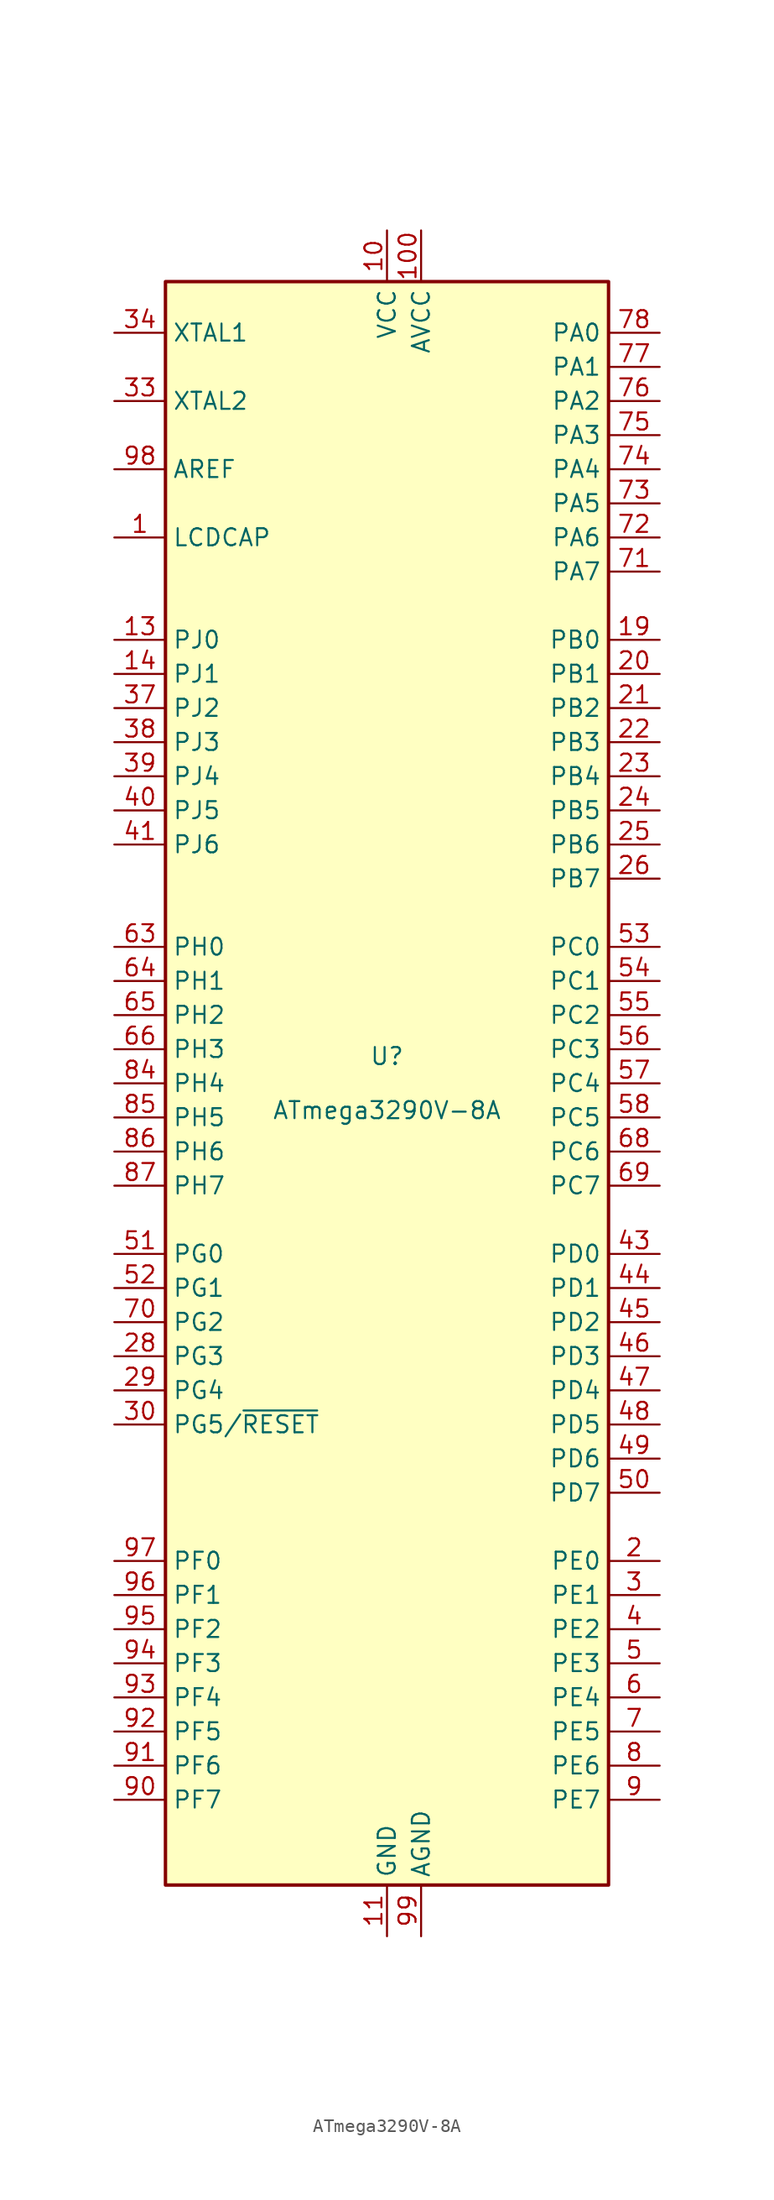
<source format=kicad_sym>
(kicad_symbol_lib
  (version 20241209)
  (generator "kicad_symbol_editor")
  (generator_version "9.0")
  (symbol "ATmega3290V-8A"
    (property "Reference" "U"
      (at 0 1.27 0)
      (effects (font (size 1.27 1.27)) (justify bottom)))
    (property "Value" "ATmega3290V-8A"
      (at 0 -1.27 0)
      (effects (font (size 1.27 1.27)) (justify top)))
    (symbol "ATmega3290V-8A_0_1"
      (rectangle (start -16.51 -59.69) (end 16.51 59.69) (stroke (width 0.254) (type default)) (fill (type background))))
    (symbol "ATmega3290V-8A_1_1"
      (pin input line (at -20.32 55.88 0) (length 3.81) (name "XTAL1" (effects (font (size 1.27 1.27)))) (number "34" (effects (font (size 1.27 1.27)))))
      (pin output line (at -20.32 50.8 0) (length 3.81) (name "XTAL2" (effects (font (size 1.27 1.27)))) (number "33" (effects (font (size 1.27 1.27)))))
      (pin passive line (at -20.32 45.72 0) (length 3.81) (name "AREF" (effects (font (size 1.27 1.27)))) (number "98" (effects (font (size 1.27 1.27)))))
      (pin passive line (at -20.32 40.64 0) (length 3.81) (name "LCDCAP" (effects (font (size 1.27 1.27)))) (number "1" (effects (font (size 1.27 1.27)))))
      (pin bidirectional line (at -20.32 33.02 0) (length 3.81) (name "PJ0" (effects (font (size 1.27 1.27)))) (number "13" (effects (font (size 1.27 1.27)))))
      (pin bidirectional line (at -20.32 30.48 0) (length 3.81) (name "PJ1" (effects (font (size 1.27 1.27)))) (number "14" (effects (font (size 1.27 1.27)))))
      (pin bidirectional line (at -20.32 27.94 0) (length 3.81) (name "PJ2" (effects (font (size 1.27 1.27)))) (number "37" (effects (font (size 1.27 1.27)))))
      (pin bidirectional line (at -20.32 25.4 0) (length 3.81) (name "PJ3" (effects (font (size 1.27 1.27)))) (number "38" (effects (font (size 1.27 1.27)))))
      (pin bidirectional line (at -20.32 22.86 0) (length 3.81) (name "PJ4" (effects (font (size 1.27 1.27)))) (number "39" (effects (font (size 1.27 1.27)))))
      (pin bidirectional line (at -20.32 20.32 0) (length 3.81) (name "PJ5" (effects (font (size 1.27 1.27)))) (number "40" (effects (font (size 1.27 1.27)))))
      (pin bidirectional line (at -20.32 17.78 0) (length 3.81) (name "PJ6" (effects (font (size 1.27 1.27)))) (number "41" (effects (font (size 1.27 1.27)))))
      (pin bidirectional line (at -20.32 10.16 0) (length 3.81) (name "PH0" (effects (font (size 1.27 1.27)))) (number "63" (effects (font (size 1.27 1.27)))))
      (pin bidirectional line (at -20.32 7.62 0) (length 3.81) (name "PH1" (effects (font (size 1.27 1.27)))) (number "64" (effects (font (size 1.27 1.27)))))
      (pin bidirectional line (at -20.32 5.08 0) (length 3.81) (name "PH2" (effects (font (size 1.27 1.27)))) (number "65" (effects (font (size 1.27 1.27)))))
      (pin bidirectional line (at -20.32 2.54 0) (length 3.81) (name "PH3" (effects (font (size 1.27 1.27)))) (number "66" (effects (font (size 1.27 1.27)))))
      (pin bidirectional line (at -20.32 0 0) (length 3.81) (name "PH4" (effects (font (size 1.27 1.27)))) (number "84" (effects (font (size 1.27 1.27)))))
      (pin bidirectional line (at -20.32 -2.54 0) (length 3.81) (name "PH5" (effects (font (size 1.27 1.27)))) (number "85" (effects (font (size 1.27 1.27)))))
      (pin bidirectional line (at -20.32 -5.08 0) (length 3.81) (name "PH6" (effects (font (size 1.27 1.27)))) (number "86" (effects (font (size 1.27 1.27)))))
      (pin bidirectional line (at -20.32 -7.62 0) (length 3.81) (name "PH7" (effects (font (size 1.27 1.27)))) (number "87" (effects (font (size 1.27 1.27)))))
      (pin bidirectional line (at -20.32 -12.7 0) (length 3.81) (name "PG0" (effects (font (size 1.27 1.27)))) (number "51" (effects (font (size 1.27 1.27)))))
      (pin bidirectional line (at -20.32 -15.24 0) (length 3.81) (name "PG1" (effects (font (size 1.27 1.27)))) (number "52" (effects (font (size 1.27 1.27)))))
      (pin bidirectional line (at -20.32 -17.78 0) (length 3.81) (name "PG2" (effects (font (size 1.27 1.27)))) (number "70" (effects (font (size 1.27 1.27)))))
      (pin bidirectional line (at -20.32 -20.32 0) (length 3.81) (name "PG3" (effects (font (size 1.27 1.27)))) (number "28" (effects (font (size 1.27 1.27)))))
      (pin bidirectional line (at -20.32 -22.86 0) (length 3.81) (name "PG4" (effects (font (size 1.27 1.27)))) (number "29" (effects (font (size 1.27 1.27)))))
      (pin bidirectional line (at -20.32 -25.4 0) (length 3.81) (name "PG5/~{RESET}" (effects (font (size 1.27 1.27)))) (number "30" (effects (font (size 1.27 1.27)))))
      (pin bidirectional line (at -20.32 -35.56 0) (length 3.81) (name "PF0" (effects (font (size 1.27 1.27)))) (number "97" (effects (font (size 1.27 1.27)))))
      (pin bidirectional line (at -20.32 -38.1 0) (length 3.81) (name "PF1" (effects (font (size 1.27 1.27)))) (number "96" (effects (font (size 1.27 1.27)))))
      (pin bidirectional line (at -20.32 -40.64 0) (length 3.81) (name "PF2" (effects (font (size 1.27 1.27)))) (number "95" (effects (font (size 1.27 1.27)))))
      (pin bidirectional line (at -20.32 -43.18 0) (length 3.81) (name "PF3" (effects (font (size 1.27 1.27)))) (number "94" (effects (font (size 1.27 1.27)))))
      (pin bidirectional line (at -20.32 -45.72 0) (length 3.81) (name "PF4" (effects (font (size 1.27 1.27)))) (number "93" (effects (font (size 1.27 1.27)))))
      (pin bidirectional line (at -20.32 -48.26 0) (length 3.81) (name "PF5" (effects (font (size 1.27 1.27)))) (number "92" (effects (font (size 1.27 1.27)))))
      (pin bidirectional line (at -20.32 -50.8 0) (length 3.81) (name "PF6" (effects (font (size 1.27 1.27)))) (number "91" (effects (font (size 1.27 1.27)))))
      (pin bidirectional line (at -20.32 -53.34 0) (length 3.81) (name "PF7" (effects (font (size 1.27 1.27)))) (number "90" (effects (font (size 1.27 1.27)))))
      (pin no_connect line (at -15.24 38.1 0) (length 2.54) (hide yes) (name "NC" (effects (font (size 1.27 1.27)))) (number "12" (effects (font (size 1.27 1.27)))))
      (pin no_connect line (at -15.24 35.56 0) (length 2.54) (hide yes) (name "NC" (effects (font (size 1.27 1.27)))) (number "15" (effects (font (size 1.27 1.27)))))
      (pin no_connect line (at -15.24 15.24 0) (length 2.54) (hide yes) (name "NC" (effects (font (size 1.27 1.27)))) (number "16" (effects (font (size 1.27 1.27)))))
      (pin no_connect line (at -15.24 12.7 0) (length 2.54) (hide yes) (name "NC" (effects (font (size 1.27 1.27)))) (number "17" (effects (font (size 1.27 1.27)))))
      (pin no_connect line (at -15.24 -10.16 0) (length 2.54) (hide yes) (name "NC" (effects (font (size 1.27 1.27)))) (number "18" (effects (font (size 1.27 1.27)))))
      (pin no_connect line (at -15.24 -27.94 0) (length 2.54) (hide yes) (name "NC" (effects (font (size 1.27 1.27)))) (number "27" (effects (font (size 1.27 1.27)))))
      (pin no_connect line (at -15.24 -30.48 0) (length 2.54) (hide yes) (name "NC" (effects (font (size 1.27 1.27)))) (number "35" (effects (font (size 1.27 1.27)))))
      (pin no_connect line (at -15.24 -33.02 0) (length 2.54) (hide yes) (name "NC" (effects (font (size 1.27 1.27)))) (number "36" (effects (font (size 1.27 1.27)))))
      (pin no_connect line (at -15.24 -58.42 90) (length 2.54) (hide yes) (name "NC" (effects (font (size 1.27 1.27)))) (number "42" (effects (font (size 1.27 1.27)))))
      (pin no_connect line (at -12.7 -58.42 90) (length 2.54) (hide yes) (name "NC" (effects (font (size 1.27 1.27)))) (number "59" (effects (font (size 1.27 1.27)))))
      (pin no_connect line (at -10.16 -58.42 90) (length 2.54) (hide yes) (name "NC" (effects (font (size 1.27 1.27)))) (number "60" (effects (font (size 1.27 1.27)))))
      (pin no_connect line (at -7.62 -58.42 90) (length 2.54) (hide yes) (name "NC" (effects (font (size 1.27 1.27)))) (number "61" (effects (font (size 1.27 1.27)))))
      (pin no_connect line (at -5.08 -58.42 90) (length 2.54) (hide yes) (name "NC" (effects (font (size 1.27 1.27)))) (number "62" (effects (font (size 1.27 1.27)))))
      (pin no_connect line (at -2.54 -58.42 90) (length 2.54) (hide yes) (name "NC" (effects (font (size 1.27 1.27)))) (number "67" (effects (font (size 1.27 1.27)))))
      (pin power_in line (at 0 63.5 270) (length 3.81) (name "VCC" (effects (font (size 1.27 1.27)))) (number "10" (effects (font (size 1.27 1.27)))))
      (pin passive line (at 0 63.5 270) (length 3.81) (hide yes) (name "VCC" (effects (font (size 1.27 1.27)))) (number "31" (effects (font (size 1.27 1.27)))))
      (pin passive line (at 0 63.5 270) (length 3.81) (hide yes) (name "VCC" (effects (font (size 1.27 1.27)))) (number "80" (effects (font (size 1.27 1.27)))))
      (pin power_in line (at 0 -63.5 90) (length 3.81) (name "GND" (effects (font (size 1.27 1.27)))) (number "11" (effects (font (size 1.27 1.27)))))
      (pin passive line (at 0 -63.5 90) (length 3.81) (hide yes) (name "GND" (effects (font (size 1.27 1.27)))) (number "32" (effects (font (size 1.27 1.27)))))
      (pin passive line (at 0 -63.5 90) (length 3.81) (hide yes) (name "GND" (effects (font (size 1.27 1.27)))) (number "81" (effects (font (size 1.27 1.27)))))
      (pin power_in line (at 2.54 63.5 270) (length 3.81) (name "AVCC" (effects (font (size 1.27 1.27)))) (number "100" (effects (font (size 1.27 1.27)))))
      (pin power_in line (at 2.54 -63.5 90) (length 3.81) (name "AGND" (effects (font (size 1.27 1.27)))) (number "99" (effects (font (size 1.27 1.27)))))
      (pin no_connect line (at 5.08 -58.42 90) (length 2.54) (hide yes) (name "NC" (effects (font (size 1.27 1.27)))) (number "79" (effects (font (size 1.27 1.27)))))
      (pin no_connect line (at 7.62 -58.42 90) (length 2.54) (hide yes) (name "NC" (effects (font (size 1.27 1.27)))) (number "82" (effects (font (size 1.27 1.27)))))
      (pin no_connect line (at 10.16 -58.42 90) (length 2.54) (hide yes) (name "NC" (effects (font (size 1.27 1.27)))) (number "83" (effects (font (size 1.27 1.27)))))
      (pin no_connect line (at 12.7 -58.42 90) (length 2.54) (hide yes) (name "NC" (effects (font (size 1.27 1.27)))) (number "88" (effects (font (size 1.27 1.27)))))
      (pin no_connect line (at 15.24 -58.42 90) (length 2.54) (hide yes) (name "NC" (effects (font (size 1.27 1.27)))) (number "89" (effects (font (size 1.27 1.27)))))
      (pin bidirectional line (at 20.32 55.88 180) (length 3.81) (name "PA0" (effects (font (size 1.27 1.27)))) (number "78" (effects (font (size 1.27 1.27)))))
      (pin bidirectional line (at 20.32 53.34 180) (length 3.81) (name "PA1" (effects (font (size 1.27 1.27)))) (number "77" (effects (font (size 1.27 1.27)))))
      (pin bidirectional line (at 20.32 50.8 180) (length 3.81) (name "PA2" (effects (font (size 1.27 1.27)))) (number "76" (effects (font (size 1.27 1.27)))))
      (pin bidirectional line (at 20.32 48.26 180) (length 3.81) (name "PA3" (effects (font (size 1.27 1.27)))) (number "75" (effects (font (size 1.27 1.27)))))
      (pin bidirectional line (at 20.32 45.72 180) (length 3.81) (name "PA4" (effects (font (size 1.27 1.27)))) (number "74" (effects (font (size 1.27 1.27)))))
      (pin bidirectional line (at 20.32 43.18 180) (length 3.81) (name "PA5" (effects (font (size 1.27 1.27)))) (number "73" (effects (font (size 1.27 1.27)))))
      (pin bidirectional line (at 20.32 40.64 180) (length 3.81) (name "PA6" (effects (font (size 1.27 1.27)))) (number "72" (effects (font (size 1.27 1.27)))))
      (pin bidirectional line (at 20.32 38.1 180) (length 3.81) (name "PA7" (effects (font (size 1.27 1.27)))) (number "71" (effects (font (size 1.27 1.27)))))
      (pin bidirectional line (at 20.32 33.02 180) (length 3.81) (name "PB0" (effects (font (size 1.27 1.27)))) (number "19" (effects (font (size 1.27 1.27)))))
      (pin bidirectional line (at 20.32 30.48 180) (length 3.81) (name "PB1" (effects (font (size 1.27 1.27)))) (number "20" (effects (font (size 1.27 1.27)))))
      (pin bidirectional line (at 20.32 27.94 180) (length 3.81) (name "PB2" (effects (font (size 1.27 1.27)))) (number "21" (effects (font (size 1.27 1.27)))))
      (pin bidirectional line (at 20.32 25.4 180) (length 3.81) (name "PB3" (effects (font (size 1.27 1.27)))) (number "22" (effects (font (size 1.27 1.27)))))
      (pin bidirectional line (at 20.32 22.86 180) (length 3.81) (name "PB4" (effects (font (size 1.27 1.27)))) (number "23" (effects (font (size 1.27 1.27)))))
      (pin bidirectional line (at 20.32 20.32 180) (length 3.81) (name "PB5" (effects (font (size 1.27 1.27)))) (number "24" (effects (font (size 1.27 1.27)))))
      (pin bidirectional line (at 20.32 17.78 180) (length 3.81) (name "PB6" (effects (font (size 1.27 1.27)))) (number "25" (effects (font (size 1.27 1.27)))))
      (pin bidirectional line (at 20.32 15.24 180) (length 3.81) (name "PB7" (effects (font (size 1.27 1.27)))) (number "26" (effects (font (size 1.27 1.27)))))
      (pin bidirectional line (at 20.32 10.16 180) (length 3.81) (name "PC0" (effects (font (size 1.27 1.27)))) (number "53" (effects (font (size 1.27 1.27)))))
      (pin bidirectional line (at 20.32 7.62 180) (length 3.81) (name "PC1" (effects (font (size 1.27 1.27)))) (number "54" (effects (font (size 1.27 1.27)))))
      (pin bidirectional line (at 20.32 5.08 180) (length 3.81) (name "PC2" (effects (font (size 1.27 1.27)))) (number "55" (effects (font (size 1.27 1.27)))))
      (pin bidirectional line (at 20.32 2.54 180) (length 3.81) (name "PC3" (effects (font (size 1.27 1.27)))) (number "56" (effects (font (size 1.27 1.27)))))
      (pin bidirectional line (at 20.32 0 180) (length 3.81) (name "PC4" (effects (font (size 1.27 1.27)))) (number "57" (effects (font (size 1.27 1.27)))))
      (pin bidirectional line (at 20.32 -2.54 180) (length 3.81) (name "PC5" (effects (font (size 1.27 1.27)))) (number "58" (effects (font (size 1.27 1.27)))))
      (pin bidirectional line (at 20.32 -5.08 180) (length 3.81) (name "PC6" (effects (font (size 1.27 1.27)))) (number "68" (effects (font (size 1.27 1.27)))))
      (pin bidirectional line (at 20.32 -7.62 180) (length 3.81) (name "PC7" (effects (font (size 1.27 1.27)))) (number "69" (effects (font (size 1.27 1.27)))))
      (pin bidirectional line (at 20.32 -12.7 180) (length 3.81) (name "PD0" (effects (font (size 1.27 1.27)))) (number "43" (effects (font (size 1.27 1.27)))))
      (pin bidirectional line (at 20.32 -15.24 180) (length 3.81) (name "PD1" (effects (font (size 1.27 1.27)))) (number "44" (effects (font (size 1.27 1.27)))))
      (pin bidirectional line (at 20.32 -17.78 180) (length 3.81) (name "PD2" (effects (font (size 1.27 1.27)))) (number "45" (effects (font (size 1.27 1.27)))))
      (pin bidirectional line (at 20.32 -20.32 180) (length 3.81) (name "PD3" (effects (font (size 1.27 1.27)))) (number "46" (effects (font (size 1.27 1.27)))))
      (pin bidirectional line (at 20.32 -22.86 180) (length 3.81) (name "PD4" (effects (font (size 1.27 1.27)))) (number "47" (effects (font (size 1.27 1.27)))))
      (pin bidirectional line (at 20.32 -25.4 180) (length 3.81) (name "PD5" (effects (font (size 1.27 1.27)))) (number "48" (effects (font (size 1.27 1.27)))))
      (pin bidirectional line (at 20.32 -27.94 180) (length 3.81) (name "PD6" (effects (font (size 1.27 1.27)))) (number "49" (effects (font (size 1.27 1.27)))))
      (pin bidirectional line (at 20.32 -30.48 180) (length 3.81) (name "PD7" (effects (font (size 1.27 1.27)))) (number "50" (effects (font (size 1.27 1.27)))))
      (pin bidirectional line (at 20.32 -35.56 180) (length 3.81) (name "PE0" (effects (font (size 1.27 1.27)))) (number "2" (effects (font (size 1.27 1.27)))))
      (pin bidirectional line (at 20.32 -38.1 180) (length 3.81) (name "PE1" (effects (font (size 1.27 1.27)))) (number "3" (effects (font (size 1.27 1.27)))))
      (pin bidirectional line (at 20.32 -40.64 180) (length 3.81) (name "PE2" (effects (font (size 1.27 1.27)))) (number "4" (effects (font (size 1.27 1.27)))))
      (pin bidirectional line (at 20.32 -43.18 180) (length 3.81) (name "PE3" (effects (font (size 1.27 1.27)))) (number "5" (effects (font (size 1.27 1.27)))))
      (pin bidirectional line (at 20.32 -45.72 180) (length 3.81) (name "PE4" (effects (font (size 1.27 1.27)))) (number "6" (effects (font (size 1.27 1.27)))))
      (pin bidirectional line (at 20.32 -48.26 180) (length 3.81) (name "PE5" (effects (font (size 1.27 1.27)))) (number "7" (effects (font (size 1.27 1.27)))))
      (pin bidirectional line (at 20.32 -50.8 180) (length 3.81) (name "PE6" (effects (font (size 1.27 1.27)))) (number "8" (effects (font (size 1.27 1.27)))))
      (pin bidirectional line (at 20.32 -53.34 180) (length 3.81) (name "PE7" (effects (font (size 1.27 1.27)))) (number "9" (effects (font (size 1.27 1.27))))))))
</source>
